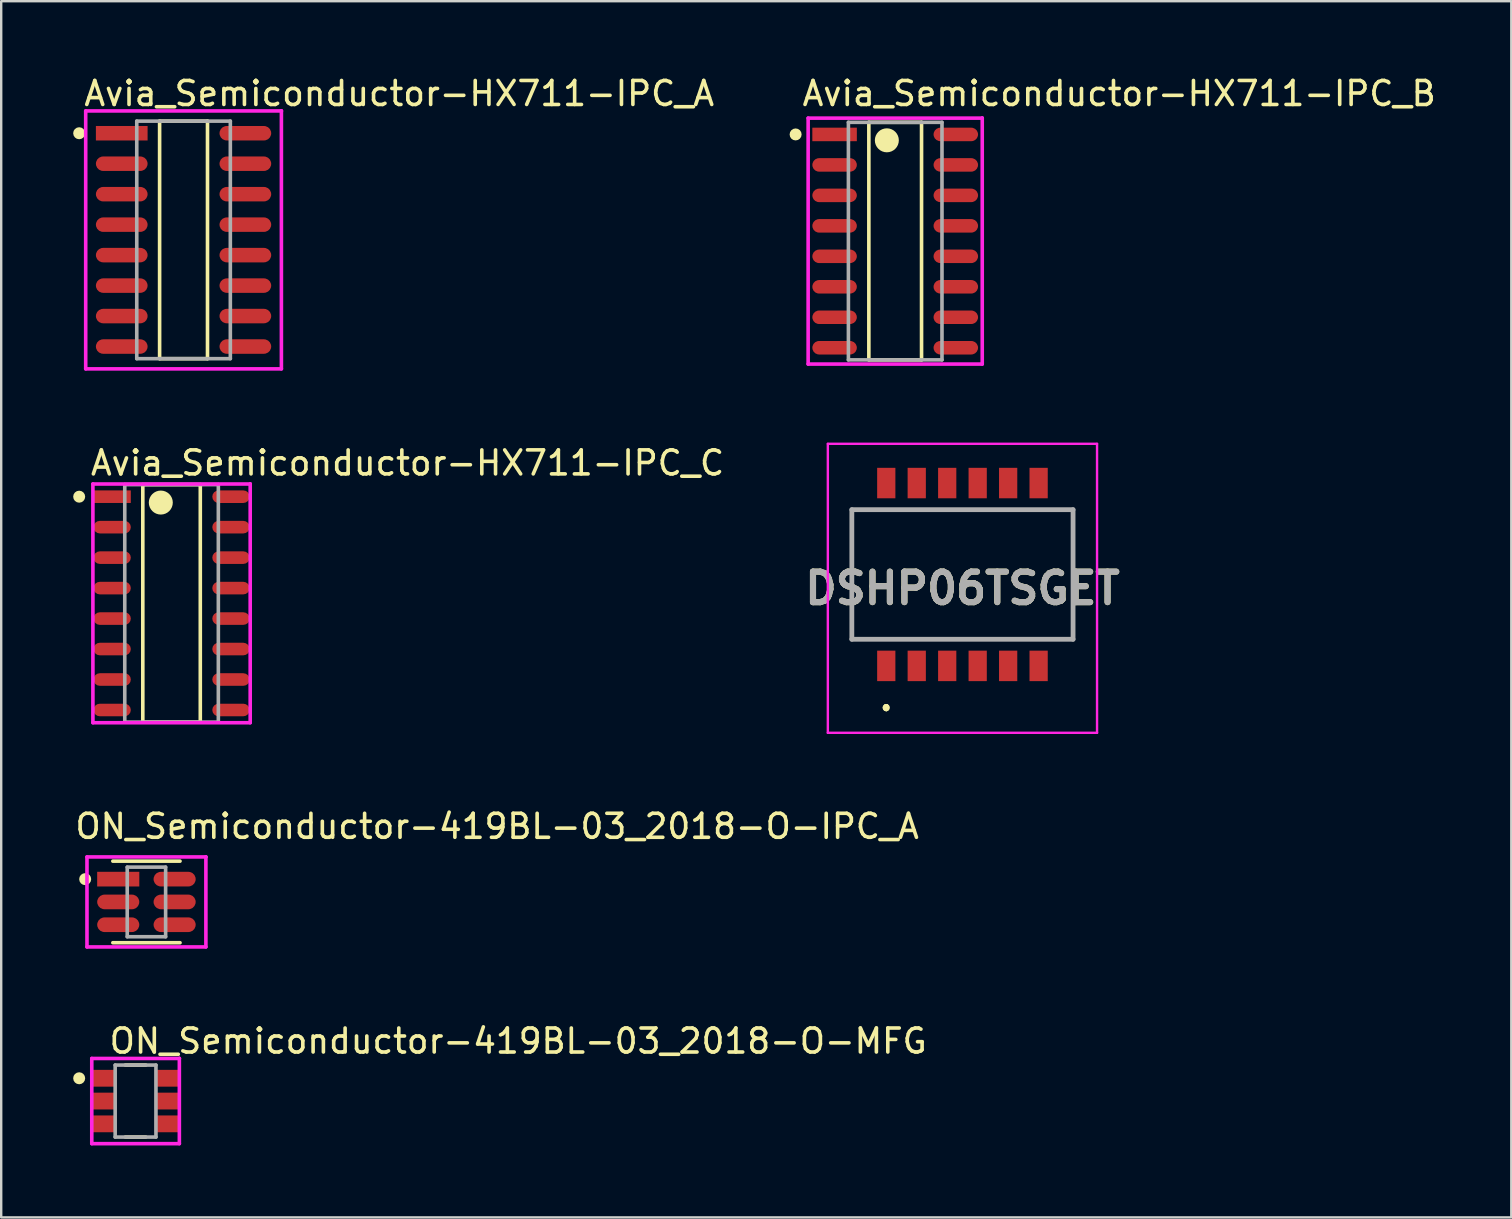
<source format=kicad_pcb>
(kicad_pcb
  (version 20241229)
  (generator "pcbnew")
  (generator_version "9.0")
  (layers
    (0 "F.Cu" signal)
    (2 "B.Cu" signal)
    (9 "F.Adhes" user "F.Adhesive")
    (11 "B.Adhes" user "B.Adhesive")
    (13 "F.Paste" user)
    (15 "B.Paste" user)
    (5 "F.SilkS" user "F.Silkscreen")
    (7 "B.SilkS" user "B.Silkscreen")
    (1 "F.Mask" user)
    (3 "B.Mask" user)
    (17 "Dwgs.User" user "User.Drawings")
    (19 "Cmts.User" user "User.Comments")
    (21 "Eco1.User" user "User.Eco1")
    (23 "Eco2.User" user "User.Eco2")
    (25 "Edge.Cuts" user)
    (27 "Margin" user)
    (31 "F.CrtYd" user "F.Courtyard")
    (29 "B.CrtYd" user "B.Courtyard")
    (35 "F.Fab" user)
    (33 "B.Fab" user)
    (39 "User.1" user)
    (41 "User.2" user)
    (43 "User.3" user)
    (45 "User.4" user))
  (footprint "ON_Semiconductor-419BL-03_2018-O-MFG"
    (layer "F.Cu")
    (at 2.6 42.84)
    (property "Reference" "ON_Semiconductor-419BL-03_2018-O-MFG" (at -1.175 -2.5 0) (layer "F.SilkS") (effects (font (size 1 1) (thickness 0.15)) (justify left)))
    (attr through_hole)
    (fp_line (start -0.425 -1.5) (end 0.425 -1.5) (stroke (width 0.15) (type solid)) (layer "F.SilkS"))
    (fp_line (start -0.425 1.5) (end 0.425 1.5) (stroke (width 0.15) (type solid)) (layer "F.SilkS"))
    (fp_circle (center -2.35 -0.95) (end -2.225 -0.95) (stroke (width 0.25) (type solid)) (fill no) (layer "F.SilkS"))
    (fp_line (start -1.825 -1.775) (end -1.825 1.775) (stroke (width 0.15) (type solid)) (layer "F.CrtYd"))
    (fp_line (start -1.825 1.775) (end 1.825 1.775) (stroke (width 0.15) (type solid)) (layer "F.CrtYd"))
    (fp_line (start 1.825 -1.775) (end -1.825 -1.775) (stroke (width 0.15) (type solid)) (layer "F.CrtYd"))
    (fp_line (start 1.825 -1.775) (end 1.825 -1.775) (stroke (width 0.15) (type solid)) (layer "F.CrtYd"))
    (fp_line (start 1.825 1.775) (end 1.825 -1.775) (stroke (width 0.15) (type solid)) (layer "F.CrtYd"))
    (fp_line (start -0.85 -1.5) (end 0.85 -1.5) (stroke (width 0.15) (type solid)) (layer "F.Fab"))
    (fp_line (start -0.85 1.5) (end -0.85 -1.5) (stroke (width 0.15) (type solid)) (layer "F.Fab"))
    (fp_line (start 0.85 -1.5) (end 0.85 1.5) (stroke (width 0.15) (type solid)) (layer "F.Fab"))
    (fp_line (start 0.85 1.5) (end -0.85 1.5) (stroke (width 0.15) (type solid)) (layer "F.Fab"))
    (pad "1" smd rect (at -1.3 -0.95) (size 1 0.7) (layers "F.Cu" "F.Mask" "F.Paste"))
    (pad "2" smd rect (at -1.3 0) (size 1 0.7) (layers "F.Cu" "F.Mask" "F.Paste"))
    (pad "3" smd rect (at -1.3 0.95) (size 1 0.7) (layers "F.Cu" "F.Mask" "F.Paste"))
    (pad "4" smd rect (at 1.3 0.95) (size 1 0.7) (layers "F.Cu" "F.Mask" "F.Paste"))
    (pad "5" smd rect (at 1.3 0) (size 1 0.7) (layers "F.Cu" "F.Mask" "F.Paste"))
    (pad "6" smd rect (at 1.3 -0.95) (size 1 0.7) (layers "F.Cu" "F.Mask" "F.Paste")))
  (footprint "Avia_Semiconductor-HX711-IPC_C"
    (layer "F.Cu")
    (at 4.1 22.096)
    (property "Reference" "Avia_Semiconductor-HX711-IPC_C" (at -3.453 -5.85 0) (layer "F.SilkS") (effects (font (size 1 1) (thickness 0.15)) (justify left)))
    (attr through_hole)
    (fp_line (start -1.198 -4.95) (end 1.198 -4.95) (stroke (width 0.15) (type solid)) (layer "F.SilkS"))
    (fp_line (start -1.198 4.95) (end -1.198 -4.95) (stroke (width 0.15) (type solid)) (layer "F.SilkS"))
    (fp_line (start 1.198 -4.95) (end 1.198 4.95) (stroke (width 0.15) (type solid)) (layer "F.SilkS"))
    (fp_line (start 1.198 4.95) (end -1.198 4.95) (stroke (width 0.15) (type solid)) (layer "F.SilkS"))
    (fp_circle (center -3.85 -4.445) (end -3.725 -4.445) (stroke (width 0.25) (type solid)) (fill no) (layer "F.SilkS"))
    (fp_circle (center -0.448 -4.2) (end -0.198 -4.2) (stroke (width 0.5) (type solid)) (fill no) (layer "F.SilkS"))
    (fp_line (start -3.278 -4.975) (end -3.278 4.975) (stroke (width 0.15) (type solid)) (layer "F.CrtYd"))
    (fp_line (start -3.278 4.975) (end 3.278 4.975) (stroke (width 0.15) (type solid)) (layer "F.CrtYd"))
    (fp_line (start 3.278 -4.975) (end -3.278 -4.975) (stroke (width 0.15) (type solid)) (layer "F.CrtYd"))
    (fp_line (start 3.278 -4.975) (end 3.278 -4.975) (stroke (width 0.15) (type solid)) (layer "F.CrtYd"))
    (fp_line (start 3.278 4.975) (end 3.278 -4.975) (stroke (width 0.15) (type solid)) (layer "F.CrtYd"))
    (fp_line (start -1.95 -4.95) (end 1.95 -4.95) (stroke (width 0.15) (type solid)) (layer "F.Fab"))
    (fp_line (start -1.95 4.95) (end -1.95 -4.95) (stroke (width 0.15) (type solid)) (layer "F.Fab"))
    (fp_line (start 1.95 -4.95) (end 1.95 4.95) (stroke (width 0.15) (type solid)) (layer "F.Fab"))
    (fp_line (start 1.95 4.95) (end -1.95 4.95) (stroke (width 0.15) (type solid)) (layer "F.Fab"))
    (pad "1" smd rect (at -2.476 -4.445) (size 1.555 0.524) (layers "F.Cu" "F.Mask" "F.Paste"))
    (pad "2" smd roundrect (at -2.476 -3.175) (size 1.555 0.524) (layers "F.Cu" "F.Mask" "F.Paste") (roundrect_rratio 0.5))
    (pad "3" smd roundrect (at -2.476 -1.905) (size 1.555 0.524) (layers "F.Cu" "F.Mask" "F.Paste") (roundrect_rratio 0.5))
    (pad "4" smd roundrect (at -2.476 -0.635) (size 1.555 0.524) (layers "F.Cu" "F.Mask" "F.Paste") (roundrect_rratio 0.5))
    (pad "5" smd roundrect (at -2.476 0.635) (size 1.555 0.524) (layers "F.Cu" "F.Mask" "F.Paste") (roundrect_rratio 0.5))
    (pad "6" smd roundrect (at -2.476 1.905) (size 1.555 0.524) (layers "F.Cu" "F.Mask" "F.Paste") (roundrect_rratio 0.5))
    (pad "7" smd roundrect (at -2.476 3.175) (size 1.555 0.524) (layers "F.Cu" "F.Mask" "F.Paste") (roundrect_rratio 0.5))
    (pad "8" smd roundrect (at -2.476 4.445) (size 1.555 0.524) (layers "F.Cu" "F.Mask" "F.Paste") (roundrect_rratio 0.5))
    (pad "9" smd roundrect (at 2.476 4.445) (size 1.555 0.524) (layers "F.Cu" "F.Mask" "F.Paste") (roundrect_rratio 0.5))
    (pad "10" smd roundrect (at 2.476 3.175) (size 1.555 0.524) (layers "F.Cu" "F.Mask" "F.Paste") (roundrect_rratio 0.5))
    (pad "11" smd roundrect (at 2.476 1.905) (size 1.555 0.524) (layers "F.Cu" "F.Mask" "F.Paste") (roundrect_rratio 0.5))
    (pad "12" smd roundrect (at 2.476 0.635) (size 1.555 0.524) (layers "F.Cu" "F.Mask" "F.Paste") (roundrect_rratio 0.5))
    (pad "13" smd roundrect (at 2.476 -0.635) (size 1.555 0.524) (layers "F.Cu" "F.Mask" "F.Paste") (roundrect_rratio 0.5))
    (pad "14" smd roundrect (at 2.476 -1.905) (size 1.555 0.524) (layers "F.Cu" "F.Mask" "F.Paste") (roundrect_rratio 0.5))
    (pad "15" smd roundrect (at 2.476 -3.175) (size 1.555 0.524) (layers "F.Cu" "F.Mask" "F.Paste") (roundrect_rratio 0.5))
    (pad "16" smd roundrect (at 2.476 -4.445) (size 1.555 0.524) (layers "F.Cu" "F.Mask" "F.Paste") (roundrect_rratio 0.5)))
  (footprint "DSHP06TSGET"
    (layer "F.Cu")
    (at 37.063 20.893)
    (property "Reference" "DSHP06TSGET" (at 0 0.578 0) (layer "F.SilkS") (effects (font (size 1.27 1.27) (thickness 0.254))))
    (attr smd)
    (fp_line (start -4.61 -2.7) (end 4.61 -2.7) (stroke (width 0.1) (type solid)) (layer "F.SilkS"))
    (fp_line (start -4.61 2.7) (end -4.61 -2.7) (stroke (width 0.1) (type solid)) (layer "F.SilkS"))
    (fp_line (start -3.175 5.5) (end -3.175 5.5) (stroke (width 0.2) (type solid)) (layer "F.SilkS"))
    (fp_line (start -3.175 5.5) (end -3.175 5.5) (stroke (width 0.2) (type solid)) (layer "F.SilkS"))
    (fp_line (start -3.175 5.6) (end -3.175 5.6) (stroke (width 0.2) (type solid)) (layer "F.SilkS"))
    (fp_line (start 4.61 -2.7) (end 4.61 2.7) (stroke (width 0.1) (type solid)) (layer "F.SilkS"))
    (fp_line (start 4.61 2.7) (end -4.61 2.7) (stroke (width 0.1) (type solid)) (layer "F.SilkS"))
    (fp_arc (start -3.175 5.5) (mid -3.125 5.55) (end -3.175 5.6) (stroke (width 0.2) (type solid)) (layer "F.SilkS"))
    (fp_arc (start -3.175 5.6) (mid -3.225 5.55) (end -3.175 5.5) (stroke (width 0.2) (type solid)) (layer "F.SilkS"))
    (fp_arc (start -3.175 5.6) (mid -3.225 5.55) (end -3.175 5.5) (stroke (width 0.2) (type solid)) (layer "F.SilkS"))
    (fp_line (start -5.61 -5.445) (end 5.61 -5.445) (stroke (width 0.1) (type solid)) (layer "F.CrtYd"))
    (fp_line (start -5.61 6.6) (end -5.61 -5.445) (stroke (width 0.1) (type solid)) (layer "F.CrtYd"))
    (fp_line (start 5.61 -5.445) (end 5.61 6.6) (stroke (width 0.1) (type solid)) (layer "F.CrtYd"))
    (fp_line (start 5.61 6.6) (end -5.61 6.6) (stroke (width 0.1) (type solid)) (layer "F.CrtYd"))
    (fp_line (start -4.61 -2.7) (end -4.61 2.7) (stroke (width 0.2) (type solid)) (layer "F.Fab"))
    (fp_line (start -4.61 2.7) (end 4.61 2.7) (stroke (width 0.2) (type solid)) (layer "F.Fab"))
    (fp_line (start 4.61 -2.7) (end -4.61 -2.7) (stroke (width 0.2) (type solid)) (layer "F.Fab"))
    (fp_line (start 4.61 2.7) (end 4.61 -2.7) (stroke (width 0.2) (type solid)) (layer "F.Fab"))
    (fp_text user "${REFERENCE}" (at 0 0.578 0) (layer "F.Fab") (effects (font (size 1.27 1.27) (thickness 0.254))))
    (pad "1" smd rect (at -3.175 3.81) (size 0.76 1.27) (layers "F.Cu" "F.Mask" "F.Paste"))
    (pad "2" smd rect (at -1.905 3.81) (size 0.76 1.27) (layers "F.Cu" "F.Mask" "F.Paste"))
    (pad "3" smd rect (at -0.635 3.81) (size 0.76 1.27) (layers "F.Cu" "F.Mask" "F.Paste"))
    (pad "4" smd rect (at 0.635 3.81) (size 0.76 1.27) (layers "F.Cu" "F.Mask" "F.Paste"))
    (pad "5" smd rect (at 1.905 3.81) (size 0.76 1.27) (layers "F.Cu" "F.Mask" "F.Paste"))
    (pad "6" smd rect (at 3.175 3.81) (size 0.76 1.27) (layers "F.Cu" "F.Mask" "F.Paste"))
    (pad "7" smd rect (at 3.175 -3.81) (size 0.76 1.27) (layers "F.Cu" "F.Mask" "F.Paste"))
    (pad "8" smd rect (at 1.905 -3.81) (size 0.76 1.27) (layers "F.Cu" "F.Mask" "F.Paste"))
    (pad "9" smd rect (at 0.635 -3.81) (size 0.76 1.27) (layers "F.Cu" "F.Mask" "F.Paste"))
    (pad "10" smd rect (at -0.635 -3.81) (size 0.76 1.27) (layers "F.Cu" "F.Mask" "F.Paste"))
    (pad "11" smd rect (at -1.905 -3.81) (size 0.76 1.27) (layers "F.Cu" "F.Mask" "F.Paste"))
    (pad "12" smd rect (at -3.175 -3.81) (size 0.76 1.27) (layers "F.Cu" "F.Mask" "F.Paste")))
  (footprint "Avia_Semiconductor-HX711-IPC_B"
    (layer "F.Cu")
    (at 34.26 6.998)
    (property "Reference" "Avia_Semiconductor-HX711-IPC_B" (at -3.953 -6.15 0) (layer "F.SilkS") (effects (font (size 1 1) (thickness 0.15)) (justify left)))
    (attr through_hole)
    (fp_line (start -1.098 -4.95) (end 1.098 -4.95) (stroke (width 0.15) (type solid)) (layer "F.SilkS"))
    (fp_line (start -1.098 4.95) (end -1.098 -4.95) (stroke (width 0.15) (type solid)) (layer "F.SilkS"))
    (fp_line (start 1.098 -4.95) (end 1.098 4.95) (stroke (width 0.15) (type solid)) (layer "F.SilkS"))
    (fp_line (start 1.098 4.95) (end -1.098 4.95) (stroke (width 0.15) (type solid)) (layer "F.SilkS"))
    (fp_circle (center -4.15 -4.445) (end -4.025 -4.445) (stroke (width 0.25) (type solid)) (fill no) (layer "F.SilkS"))
    (fp_circle (center -0.348 -4.2) (end -0.098 -4.2) (stroke (width 0.5) (type solid)) (fill no) (layer "F.SilkS"))
    (fp_line (start -3.628 -5.125) (end -3.628 5.125) (stroke (width 0.15) (type solid)) (layer "F.CrtYd"))
    (fp_line (start -3.628 5.125) (end 3.628 5.125) (stroke (width 0.15) (type solid)) (layer "F.CrtYd"))
    (fp_line (start 3.628 -5.125) (end -3.628 -5.125) (stroke (width 0.15) (type solid)) (layer "F.CrtYd"))
    (fp_line (start 3.628 -5.125) (end 3.628 -5.125) (stroke (width 0.15) (type solid)) (layer "F.CrtYd"))
    (fp_line (start 3.628 5.125) (end 3.628 -5.125) (stroke (width 0.15) (type solid)) (layer "F.CrtYd"))
    (fp_line (start -1.95 -4.95) (end 1.95 -4.95) (stroke (width 0.15) (type solid)) (layer "F.Fab"))
    (fp_line (start -1.95 4.95) (end -1.95 -4.95) (stroke (width 0.15) (type solid)) (layer "F.Fab"))
    (fp_line (start 1.95 -4.95) (end 1.95 4.95) (stroke (width 0.15) (type solid)) (layer "F.Fab"))
    (fp_line (start 1.95 4.95) (end -1.95 4.95) (stroke (width 0.15) (type solid)) (layer "F.Fab"))
    (pad "1" smd rect (at -2.526 -4.445) (size 1.855 0.564) (layers "F.Cu" "F.Mask" "F.Paste"))
    (pad "2" smd roundrect (at -2.526 -3.175) (size 1.855 0.564) (layers "F.Cu" "F.Mask" "F.Paste") (roundrect_rratio 0.5))
    (pad "3" smd roundrect (at -2.526 -1.905) (size 1.855 0.564) (layers "F.Cu" "F.Mask" "F.Paste") (roundrect_rratio 0.5))
    (pad "4" smd roundrect (at -2.526 -0.635) (size 1.855 0.564) (layers "F.Cu" "F.Mask" "F.Paste") (roundrect_rratio 0.5))
    (pad "5" smd roundrect (at -2.526 0.635) (size 1.855 0.564) (layers "F.Cu" "F.Mask" "F.Paste") (roundrect_rratio 0.5))
    (pad "6" smd roundrect (at -2.526 1.905) (size 1.855 0.564) (layers "F.Cu" "F.Mask" "F.Paste") (roundrect_rratio 0.5))
    (pad "7" smd roundrect (at -2.526 3.175) (size 1.855 0.564) (layers "F.Cu" "F.Mask" "F.Paste") (roundrect_rratio 0.5))
    (pad "8" smd roundrect (at -2.526 4.445) (size 1.855 0.564) (layers "F.Cu" "F.Mask" "F.Paste") (roundrect_rratio 0.5))
    (pad "9" smd roundrect (at 2.526 4.445) (size 1.855 0.564) (layers "F.Cu" "F.Mask" "F.Paste") (roundrect_rratio 0.5))
    (pad "10" smd roundrect (at 2.526 3.175) (size 1.855 0.564) (layers "F.Cu" "F.Mask" "F.Paste") (roundrect_rratio 0.5))
    (pad "11" smd roundrect (at 2.526 1.905) (size 1.855 0.564) (layers "F.Cu" "F.Mask" "F.Paste") (roundrect_rratio 0.5))
    (pad "12" smd roundrect (at 2.526 0.635) (size 1.855 0.564) (layers "F.Cu" "F.Mask" "F.Paste") (roundrect_rratio 0.5))
    (pad "13" smd roundrect (at 2.526 -0.635) (size 1.855 0.564) (layers "F.Cu" "F.Mask" "F.Paste") (roundrect_rratio 0.5))
    (pad "14" smd roundrect (at 2.526 -1.905) (size 1.855 0.564) (layers "F.Cu" "F.Mask" "F.Paste") (roundrect_rratio 0.5))
    (pad "15" smd roundrect (at 2.526 -3.175) (size 1.855 0.564) (layers "F.Cu" "F.Mask" "F.Paste") (roundrect_rratio 0.5))
    (pad "16" smd roundrect (at 2.526 -4.445) (size 1.855 0.564) (layers "F.Cu" "F.Mask" "F.Paste") (roundrect_rratio 0.5)))
  (footprint "Avia_Semiconductor-HX711-IPC_A"
    (layer "F.Cu")
    (at 4.6 6.948)
    (property "Reference" "Avia_Semiconductor-HX711-IPC_A" (at -4.228 -6.1 0) (layer "F.SilkS") (effects (font (size 1 1) (thickness 0.15)) (justify left)))
    (attr through_hole)
    (fp_line (start -0.998 -4.95) (end 0.998 -4.95) (stroke (width 0.15) (type solid)) (layer "F.SilkS"))
    (fp_line (start -0.998 4.95) (end -0.998 -4.95) (stroke (width 0.15) (type solid)) (layer "F.SilkS"))
    (fp_line (start 0.998 -4.95) (end 0.998 4.95) (stroke (width 0.15) (type solid)) (layer "F.SilkS"))
    (fp_line (start 0.998 4.95) (end -0.998 4.95) (stroke (width 0.15) (type solid)) (layer "F.SilkS"))
    (fp_circle (center -4.35 -4.445) (end -4.225 -4.445) (stroke (width 0.25) (type solid)) (fill no) (layer "F.SilkS"))
    (fp_line (start -4.078 -5.375) (end -4.078 5.375) (stroke (width 0.15) (type solid)) (layer "F.CrtYd"))
    (fp_line (start -4.078 5.375) (end 4.078 5.375) (stroke (width 0.15) (type solid)) (layer "F.CrtYd"))
    (fp_line (start 4.078 -5.375) (end -4.078 -5.375) (stroke (width 0.15) (type solid)) (layer "F.CrtYd"))
    (fp_line (start 4.078 -5.375) (end 4.078 -5.375) (stroke (width 0.15) (type solid)) (layer "F.CrtYd"))
    (fp_line (start 4.078 5.375) (end 4.078 -5.375) (stroke (width 0.15) (type solid)) (layer "F.CrtYd"))
    (fp_line (start -1.95 -4.95) (end 1.95 -4.95) (stroke (width 0.15) (type solid)) (layer "F.Fab"))
    (fp_line (start -1.95 4.95) (end -1.95 -4.95) (stroke (width 0.15) (type solid)) (layer "F.Fab"))
    (fp_line (start 1.95 -4.95) (end 1.95 4.95) (stroke (width 0.15) (type solid)) (layer "F.Fab"))
    (fp_line (start 1.95 4.95) (end -1.95 4.95) (stroke (width 0.15) (type solid)) (layer "F.Fab"))
    (pad "1" smd rect (at -2.576 -4.445) (size 2.155 0.604) (layers "F.Cu" "F.Mask" "F.Paste"))
    (pad "2" smd roundrect (at -2.576 -3.175) (size 2.155 0.604) (layers "F.Cu" "F.Mask" "F.Paste") (roundrect_rratio 0.5))
    (pad "3" smd roundrect (at -2.576 -1.905) (size 2.155 0.604) (layers "F.Cu" "F.Mask" "F.Paste") (roundrect_rratio 0.5))
    (pad "4" smd roundrect (at -2.576 -0.635) (size 2.155 0.604) (layers "F.Cu" "F.Mask" "F.Paste") (roundrect_rratio 0.5))
    (pad "5" smd roundrect (at -2.576 0.635) (size 2.155 0.604) (layers "F.Cu" "F.Mask" "F.Paste") (roundrect_rratio 0.5))
    (pad "6" smd roundrect (at -2.576 1.905) (size 2.155 0.604) (layers "F.Cu" "F.Mask" "F.Paste") (roundrect_rratio 0.5))
    (pad "7" smd roundrect (at -2.576 3.175) (size 2.155 0.604) (layers "F.Cu" "F.Mask" "F.Paste") (roundrect_rratio 0.5))
    (pad "8" smd roundrect (at -2.576 4.445) (size 2.155 0.604) (layers "F.Cu" "F.Mask" "F.Paste") (roundrect_rratio 0.5))
    (pad "9" smd roundrect (at 2.576 4.445) (size 2.155 0.604) (layers "F.Cu" "F.Mask" "F.Paste") (roundrect_rratio 0.5))
    (pad "10" smd roundrect (at 2.576 3.175) (size 2.155 0.604) (layers "F.Cu" "F.Mask" "F.Paste") (roundrect_rratio 0.5))
    (pad "11" smd roundrect (at 2.576 1.905) (size 2.155 0.604) (layers "F.Cu" "F.Mask" "F.Paste") (roundrect_rratio 0.5))
    (pad "12" smd roundrect (at 2.576 0.635) (size 2.155 0.604) (layers "F.Cu" "F.Mask" "F.Paste") (roundrect_rratio 0.5))
    (pad "13" smd roundrect (at 2.576 -0.635) (size 2.155 0.604) (layers "F.Cu" "F.Mask" "F.Paste") (roundrect_rratio 0.5))
    (pad "14" smd roundrect (at 2.576 -1.905) (size 2.155 0.604) (layers "F.Cu" "F.Mask" "F.Paste") (roundrect_rratio 0.5))
    (pad "15" smd roundrect (at 2.576 -3.175) (size 2.155 0.604) (layers "F.Cu" "F.Mask" "F.Paste") (roundrect_rratio 0.5))
    (pad "16" smd roundrect (at 2.576 -4.445) (size 2.155 0.604) (layers "F.Cu" "F.Mask" "F.Paste") (roundrect_rratio 0.5)))
  (footprint "ON_Semiconductor-419BL-03_2018-O-IPC_A"
    (layer "F.Cu")
    (at 3.053 34.541)
    (property "Reference" "ON_Semiconductor-419BL-03_2018-O-IPC_A" (at -3.053 -3.15 0) (layer "F.SilkS") (effects (font (size 1 1) (thickness 0.15)) (justify left)))
    (attr through_hole)
    (fp_line (start -1.4 -1.7) (end 1.4 -1.7) (stroke (width 0.15) (type solid)) (layer "F.SilkS"))
    (fp_line (start -1.4 1.7) (end 1.4 1.7) (stroke (width 0.15) (type solid)) (layer "F.SilkS"))
    (fp_circle (center -2.553 -0.95) (end -2.428 -0.95) (stroke (width 0.25) (type solid)) (fill no) (layer "F.SilkS"))
    (fp_line (start -2.478 -1.875) (end -2.478 1.875) (stroke (width 0.15) (type solid)) (layer "F.CrtYd"))
    (fp_line (start -2.478 1.875) (end 2.478 1.875) (stroke (width 0.15) (type solid)) (layer "F.CrtYd"))
    (fp_line (start 2.478 -1.875) (end -2.478 -1.875) (stroke (width 0.15) (type solid)) (layer "F.CrtYd"))
    (fp_line (start 2.478 -1.875) (end 2.478 -1.875) (stroke (width 0.15) (type solid)) (layer "F.CrtYd"))
    (fp_line (start 2.478 1.875) (end 2.478 -1.875) (stroke (width 0.15) (type solid)) (layer "F.CrtYd"))
    (fp_line (start -0.8 -1.45) (end 0.8 -1.45) (stroke (width 0.15) (type solid)) (layer "F.Fab"))
    (fp_line (start -0.8 1.45) (end -0.8 -1.45) (stroke (width 0.15) (type solid)) (layer "F.Fab"))
    (fp_line (start 0.8 -1.45) (end 0.8 1.45) (stroke (width 0.15) (type solid)) (layer "F.Fab"))
    (fp_line (start 0.8 1.45) (end -0.8 1.45) (stroke (width 0.15) (type solid)) (layer "F.Fab"))
    (pad "1" smd rect (at -1.175 -0.95) (size 1.756 0.612) (layers "F.Cu" "F.Mask" "F.Paste"))
    (pad "2" smd roundrect (at -1.175 0) (size 1.756 0.612) (layers "F.Cu" "F.Mask" "F.Paste") (roundrect_rratio 0.5))
    (pad "3" smd roundrect (at -1.175 0.95) (size 1.756 0.612) (layers "F.Cu" "F.Mask" "F.Paste") (roundrect_rratio 0.5))
    (pad "4" smd roundrect (at 1.175 0.95) (size 1.756 0.612) (layers "F.Cu" "F.Mask" "F.Paste") (roundrect_rratio 0.5))
    (pad "5" smd roundrect (at 1.175 0) (size 1.756 0.612) (layers "F.Cu" "F.Mask" "F.Paste") (roundrect_rratio 0.5))
    (pad "6" smd roundrect (at 1.175 -0.95) (size 1.756 0.612) (layers "F.Cu" "F.Mask" "F.Paste") (roundrect_rratio 0.5)))
  (gr_rect
    (start -3 -3)
    (end 59.938 47.69)
    (stroke (width 0.1) (type default))
    (fill no)
    (layer "Edge.Cuts")))
</source>
